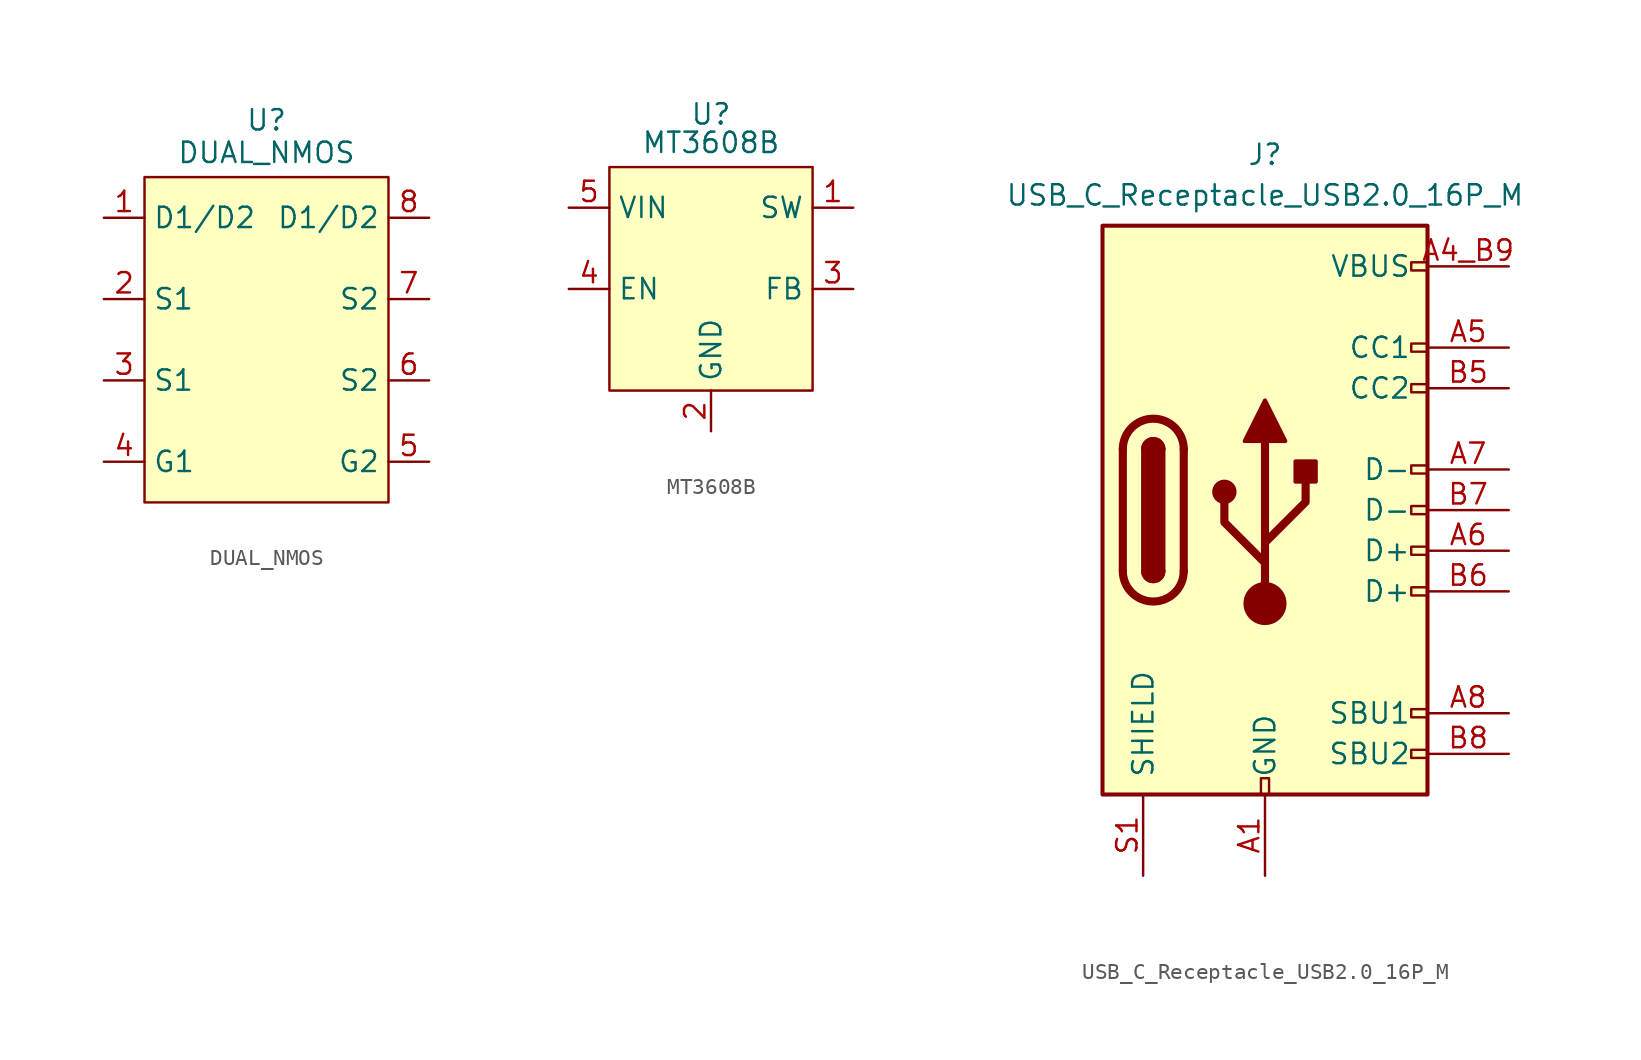
<source format=kicad_sym>
(kicad_symbol_lib
  (version 20231120)
  (generator "kicad_symbol_editor")
  (generator_version "8.0")
  (symbol "DUAL_NMOS"
    (property "Reference" "U"
      (at 0 13.716 0)
      (effects (font (size 1.27 1.27))))
    (property "Value" "DUAL_NMOS"
      (at 0 11.684 0)
      (effects (font (size 1.27 1.27))))
    (symbol "DUAL_NMOS_1_1"
      (rectangle (start -7.62 10.16) (end 7.62 -10.16) (stroke (width 0) (type default)) (fill (type background)))
      (pin passive line (at -10.16 7.62 0) (length 2.54) (name "D1/D2" (effects (font (size 1.27 1.27)))) (number "1" (effects (font (size 1.27 1.27)))))
      (pin passive line (at -10.16 2.54 0) (length 2.54) (name "S1" (effects (font (size 1.27 1.27)))) (number "2" (effects (font (size 1.27 1.27)))))
      (pin passive line (at -10.16 -2.54 0) (length 2.54) (name "S1" (effects (font (size 1.27 1.27)))) (number "3" (effects (font (size 1.27 1.27)))))
      (pin passive line (at -10.16 -7.62 0) (length 2.54) (name "G1" (effects (font (size 1.27 1.27)))) (number "4" (effects (font (size 1.27 1.27)))))
      (pin passive line (at 10.16 -7.62 180) (length 2.54) (name "G2" (effects (font (size 1.27 1.27)))) (number "5" (effects (font (size 1.27 1.27)))))
      (pin passive line (at 10.16 -2.54 180) (length 2.54) (name "S2" (effects (font (size 1.27 1.27)))) (number "6" (effects (font (size 1.27 1.27)))))
      (pin passive line (at 10.16 2.54 180) (length 2.54) (name "S2" (effects (font (size 1.27 1.27)))) (number "7" (effects (font (size 1.27 1.27)))))
      (pin passive line (at 10.16 7.62 180) (length 2.54) (name "D1/D2" (effects (font (size 1.27 1.27)))) (number "8" (effects (font (size 1.27 1.27)))))))
  (symbol "MT3608B"
    (property "Reference" "U"
      (at 0 9.652 0)
      (effects (font (size 1.27 1.27))))
    (property "Value" "MT3608B"
      (at 0 7.874 0)
      (effects (font (size 1.27 1.27))))
    (symbol "MT3608B_1_1"
      (rectangle (start -6.35 6.35) (end 6.35 -7.62) (stroke (width 0) (type default)) (fill (type background)))
      (pin power_out line (at 8.89 3.81 180) (length 2.54) (name "SW" (effects (font (size 1.27 1.27)))) (number "1" (effects (font (size 1.27 1.27)))))
      (pin power_in line (at 0 -10.16 90) (length 2.54) (name "GND" (effects (font (size 1.27 1.27)))) (number "2" (effects (font (size 1.27 1.27)))))
      (pin input line (at 8.89 -1.27 180) (length 2.54) (name "FB" (effects (font (size 1.27 1.27)))) (number "3" (effects (font (size 1.27 1.27)))))
      (pin input line (at -8.89 -1.27 0) (length 2.54) (name "EN" (effects (font (size 1.27 1.27)))) (number "4" (effects (font (size 1.27 1.27)))))
      (pin power_out line (at -8.89 3.81 0) (length 2.54) (name "VIN" (effects (font (size 1.27 1.27)))) (number "5" (effects (font (size 1.27 1.27)))))
      (pin no_connect line (at 8.89 -5.08 180) (length 2.54) hide (name "NC" (effects (font (size 1.27 1.27)))) (number "6" (effects (font (size 1.27 1.27)))))))
  (symbol "USB_C_Receptacle_USB2.0_16P_M"
    (pin_names
      (offset 1.016))
    (property "Reference" "J"
      (at 0 22.225 0)
      (effects (font (size 1.27 1.27))))
    (property "Value" "USB_C_Receptacle_USB2.0_16P_M"
      (at 0 19.685 0)
      (effects (font (size 1.27 1.27))))
    (symbol "USB_C_Receptacle_USB2.0_16P_M_0_0"
      (rectangle (start -0.254 -17.78) (end 0.254 -16.764) (stroke (width 0) (type default)) (fill (type none)))
      (rectangle (start 10.16 -14.986) (end 9.144 -15.494) (stroke (width 0) (type default)) (fill (type none)))
      (rectangle (start 10.16 -12.446) (end 9.144 -12.954) (stroke (width 0) (type default)) (fill (type none)))
      (rectangle (start 10.16 -4.826) (end 9.144 -5.334) (stroke (width 0) (type default)) (fill (type none)))
      (rectangle (start 10.16 -2.286) (end 9.144 -2.794) (stroke (width 0) (type default)) (fill (type none)))
      (rectangle (start 10.16 0.254) (end 9.144 -0.254) (stroke (width 0) (type default)) (fill (type none)))
      (rectangle (start 10.16 2.794) (end 9.144 2.286) (stroke (width 0) (type default)) (fill (type none)))
      (rectangle (start 10.16 7.874) (end 9.144 7.366) (stroke (width 0) (type default)) (fill (type none)))
      (rectangle (start 10.16 10.414) (end 9.144 9.906) (stroke (width 0) (type default)) (fill (type none)))
      (rectangle (start 10.16 15.494) (end 9.144 14.986) (stroke (width 0) (type default)) (fill (type none))))
    (symbol "USB_C_Receptacle_USB2.0_16P_M_0_1"
      (rectangle (start -10.16 17.78) (end 10.16 -17.78) (stroke (width 0.254) (type default)) (fill (type background)))
      (arc (start -8.89 -3.81) (mid -6.985 -5.7067) (end -5.08 -3.81) (stroke (width 0.508) (type default)) (fill (type none)))
      (arc (start -7.62 -3.81) (mid -6.985 -4.4423) (end -6.35 -3.81) (stroke (width 0.254) (type default)) (fill (type none)))
      (arc (start -7.62 -3.81) (mid -6.985 -4.4423) (end -6.35 -3.81) (stroke (width 0.254) (type default)) (fill (type outline)))
      (rectangle (start -7.62 -3.81) (end -6.35 3.81) (stroke (width 0.254) (type default)) (fill (type outline)))
      (arc (start -6.35 3.81) (mid -6.985 4.4423) (end -7.62 3.81) (stroke (width 0.254) (type default)) (fill (type none)))
      (arc (start -6.35 3.81) (mid -6.985 4.4423) (end -7.62 3.81) (stroke (width 0.254) (type default)) (fill (type outline)))
      (arc (start -5.08 3.81) (mid -6.985 5.7067) (end -8.89 3.81) (stroke (width 0.508) (type default)) (fill (type none)))
      (circle (center -2.54 1.143) (radius 0.635) (stroke (width 0.254) (type default)) (fill (type outline)))
      (circle (center 0 -5.842) (radius 1.27) (stroke (width 0) (type default)) (fill (type outline)))
      (polyline (pts (xy -8.89 -3.81) (xy -8.89 3.81)) (stroke (width 0.508) (type default)) (fill (type none)))
      (polyline (pts (xy -5.08 3.81) (xy -5.08 -3.81)) (stroke (width 0.508) (type default)) (fill (type none)))
      (polyline (pts (xy 0 -5.842) (xy 0 4.318)) (stroke (width 0.508) (type default)) (fill (type none)))
      (polyline (pts (xy 0 -3.302) (xy -2.54 -0.762) (xy -2.54 0.508)) (stroke (width 0.508) (type default)) (fill (type none)))
      (polyline (pts (xy 0 -2.032) (xy 2.54 0.508) (xy 2.54 1.778)) (stroke (width 0.508) (type default)) (fill (type none)))
      (polyline (pts (xy -1.27 4.318) (xy 0 6.858) (xy 1.27 4.318) (xy -1.27 4.318)) (stroke (width 0.254) (type default)) (fill (type outline)))
      (rectangle (start 1.905 1.778) (end 3.175 3.048) (stroke (width 0.254) (type default)) (fill (type outline))))
    (symbol "USB_C_Receptacle_USB2.0_16P_M_1_1"
      (pin passive line (at 0 -22.86 90) (length 5.08) (name "GND" (effects (font (size 1.27 1.27)))) (number "A1" (effects (font (size 1.27 1.27)))))
      (pin passive line (at 0 -22.86 90) (length 5.08) hide (name "GND" (effects (font (size 1.27 1.27)))) (number "A12" (effects (font (size 1.27 1.27)))))
      (pin passive line (at 15.24 15.24 180) (length 5.08) (name "VBUS" (effects (font (size 1.27 1.27)))) (number "A4_B9" (effects (font (size 1.27 1.27)))))
      (pin bidirectional line (at 15.24 10.16 180) (length 5.08) (name "CC1" (effects (font (size 1.27 1.27)))) (number "A5" (effects (font (size 1.27 1.27)))))
      (pin bidirectional line (at 15.24 -2.54 180) (length 5.08) (name "D+" (effects (font (size 1.27 1.27)))) (number "A6" (effects (font (size 1.27 1.27)))))
      (pin bidirectional line (at 15.24 2.54 180) (length 5.08) (name "D-" (effects (font (size 1.27 1.27)))) (number "A7" (effects (font (size 1.27 1.27)))))
      (pin bidirectional line (at 15.24 -12.7 180) (length 5.08) (name "SBU1" (effects (font (size 1.27 1.27)))) (number "A8" (effects (font (size 1.27 1.27)))))
      (pin passive line (at 15.24 15.24 180) (length 5.08) hide (name "VBUS" (effects (font (size 1.27 1.27)))) (number "A9" (effects (font (size 1.27 1.27)))))
      (pin passive line (at 0 -22.86 90) (length 5.08) hide (name "GND" (effects (font (size 1.27 1.27)))) (number "B1" (effects (font (size 1.27 1.27)))))
      (pin passive line (at 0 -22.86 90) (length 5.08) hide (name "GND" (effects (font (size 1.27 1.27)))) (number "B12" (effects (font (size 1.27 1.27)))))
      (pin passive line (at 15.24 15.24 180) (length 5.08) hide (name "VBUS" (effects (font (size 1.27 1.27)))) (number "B4" (effects (font (size 1.27 1.27)))))
      (pin bidirectional line (at 15.24 7.62 180) (length 5.08) (name "CC2" (effects (font (size 1.27 1.27)))) (number "B5" (effects (font (size 1.27 1.27)))))
      (pin bidirectional line (at 15.24 -5.08 180) (length 5.08) (name "D+" (effects (font (size 1.27 1.27)))) (number "B6" (effects (font (size 1.27 1.27)))))
      (pin bidirectional line (at 15.24 0 180) (length 5.08) (name "D-" (effects (font (size 1.27 1.27)))) (number "B7" (effects (font (size 1.27 1.27)))))
      (pin bidirectional line (at 15.24 -15.24 180) (length 5.08) (name "SBU2" (effects (font (size 1.27 1.27)))) (number "B8" (effects (font (size 1.27 1.27)))))
      (pin passive line (at 15.24 15.24 180) (length 5.08) hide (name "VBUS" (effects (font (size 1.27 1.27)))) (number "B9" (effects (font (size 1.27 1.27)))))
      (pin passive line (at -7.62 -22.86 90) (length 5.08) (name "SHIELD" (effects (font (size 1.27 1.27)))) (number "S1" (effects (font (size 1.27 1.27))))))))
</source>
